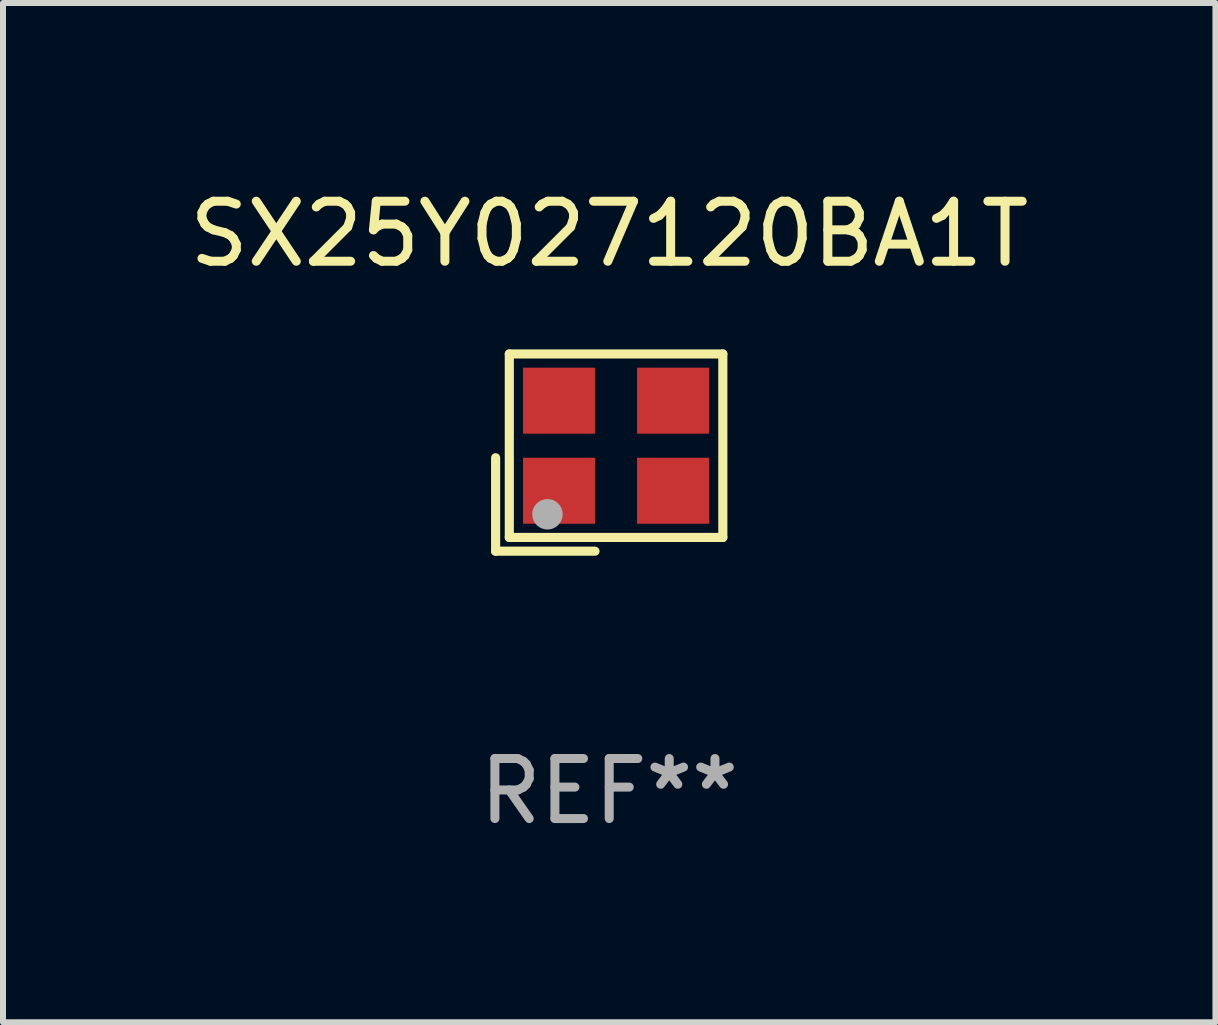
<source format=kicad_pcb>
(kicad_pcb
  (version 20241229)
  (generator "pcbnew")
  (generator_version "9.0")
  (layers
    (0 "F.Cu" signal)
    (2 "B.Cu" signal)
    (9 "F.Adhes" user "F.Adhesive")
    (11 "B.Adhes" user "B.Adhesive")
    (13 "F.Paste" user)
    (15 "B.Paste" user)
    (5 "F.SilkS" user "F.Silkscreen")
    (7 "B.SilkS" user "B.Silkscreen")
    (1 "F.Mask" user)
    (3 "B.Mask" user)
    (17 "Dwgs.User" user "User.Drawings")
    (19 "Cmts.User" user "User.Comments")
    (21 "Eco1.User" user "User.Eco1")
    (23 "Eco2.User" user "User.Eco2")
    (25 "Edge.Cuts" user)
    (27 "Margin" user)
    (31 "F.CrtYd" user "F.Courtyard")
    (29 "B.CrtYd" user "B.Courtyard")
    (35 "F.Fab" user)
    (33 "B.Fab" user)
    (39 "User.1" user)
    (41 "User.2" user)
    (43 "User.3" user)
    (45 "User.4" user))
  (footprint "SX25Y027120BA1T"
    (layer "F.Cu")
    (at 7.101 4.491)
    (property "Reference" "SX25Y027120BA1T" (at 0 -3.643 0) (layer "F.SilkS") (effects (font (size 1 1) (thickness 0.15))))
    (attr through_hole)
    (fp_line (start -1.893 0.086) (end -1.893 1.643) (stroke (width 0.152) (type solid)) (layer "F.SilkS"))
    (fp_line (start -1.893 1.643) (end -0.237 1.643) (stroke (width 0.152) (type solid)) (layer "F.SilkS"))
    (fp_line (start -1.665 -1.643) (end 1.893 -1.643) (stroke (width 0.152) (type solid)) (layer "F.SilkS"))
    (fp_line (start -1.665 1.414) (end -1.665 -1.643) (stroke (width 0.152) (type solid)) (layer "F.SilkS"))
    (fp_line (start 1.893 -1.643) (end 1.893 1.414) (stroke (width 0.152) (type solid)) (layer "F.SilkS"))
    (fp_line (start 1.893 1.414) (end -1.665 1.414) (stroke (width 0.152) (type solid)) (layer "F.SilkS"))
    (fp_circle (center -1.136 0.885) (end -1.106 0.885) (stroke (width 0.06) (type solid)) (fill no) (layer "F.SilkS"))
    (fp_circle (center -1.029 1.028) (end -0.902 1.028) (stroke (width 0.254) (type solid)) (fill no) (layer "F.Fab"))
    (fp_text user "REF**" (at 0 5.643 0) (layer "F.Fab") (effects (font (size 1 1) (thickness 0.15))))
    (pad "1" smd rect (at -0.836 0.636) (size 1.2 1.1) (layers "F.Cu" "F.Mask" "F.Paste"))
    (pad "2" smd rect (at 1.064 0.636) (size 1.2 1.1) (layers "F.Cu" "F.Mask" "F.Paste"))
    (pad "3" smd rect (at 1.064 -0.865) (size 1.2 1.1) (layers "F.Cu" "F.Mask" "F.Paste"))
    (pad "4" smd rect (at -0.836 -0.865) (size 1.2 1.1) (layers "F.Cu" "F.Mask" "F.Paste")))
  (gr_rect
    (start -3 -3)
    (end 17.202 13.983)
    (stroke (width 0.1) (type default))
    (fill no)
    (layer "Edge.Cuts")))
</source>
